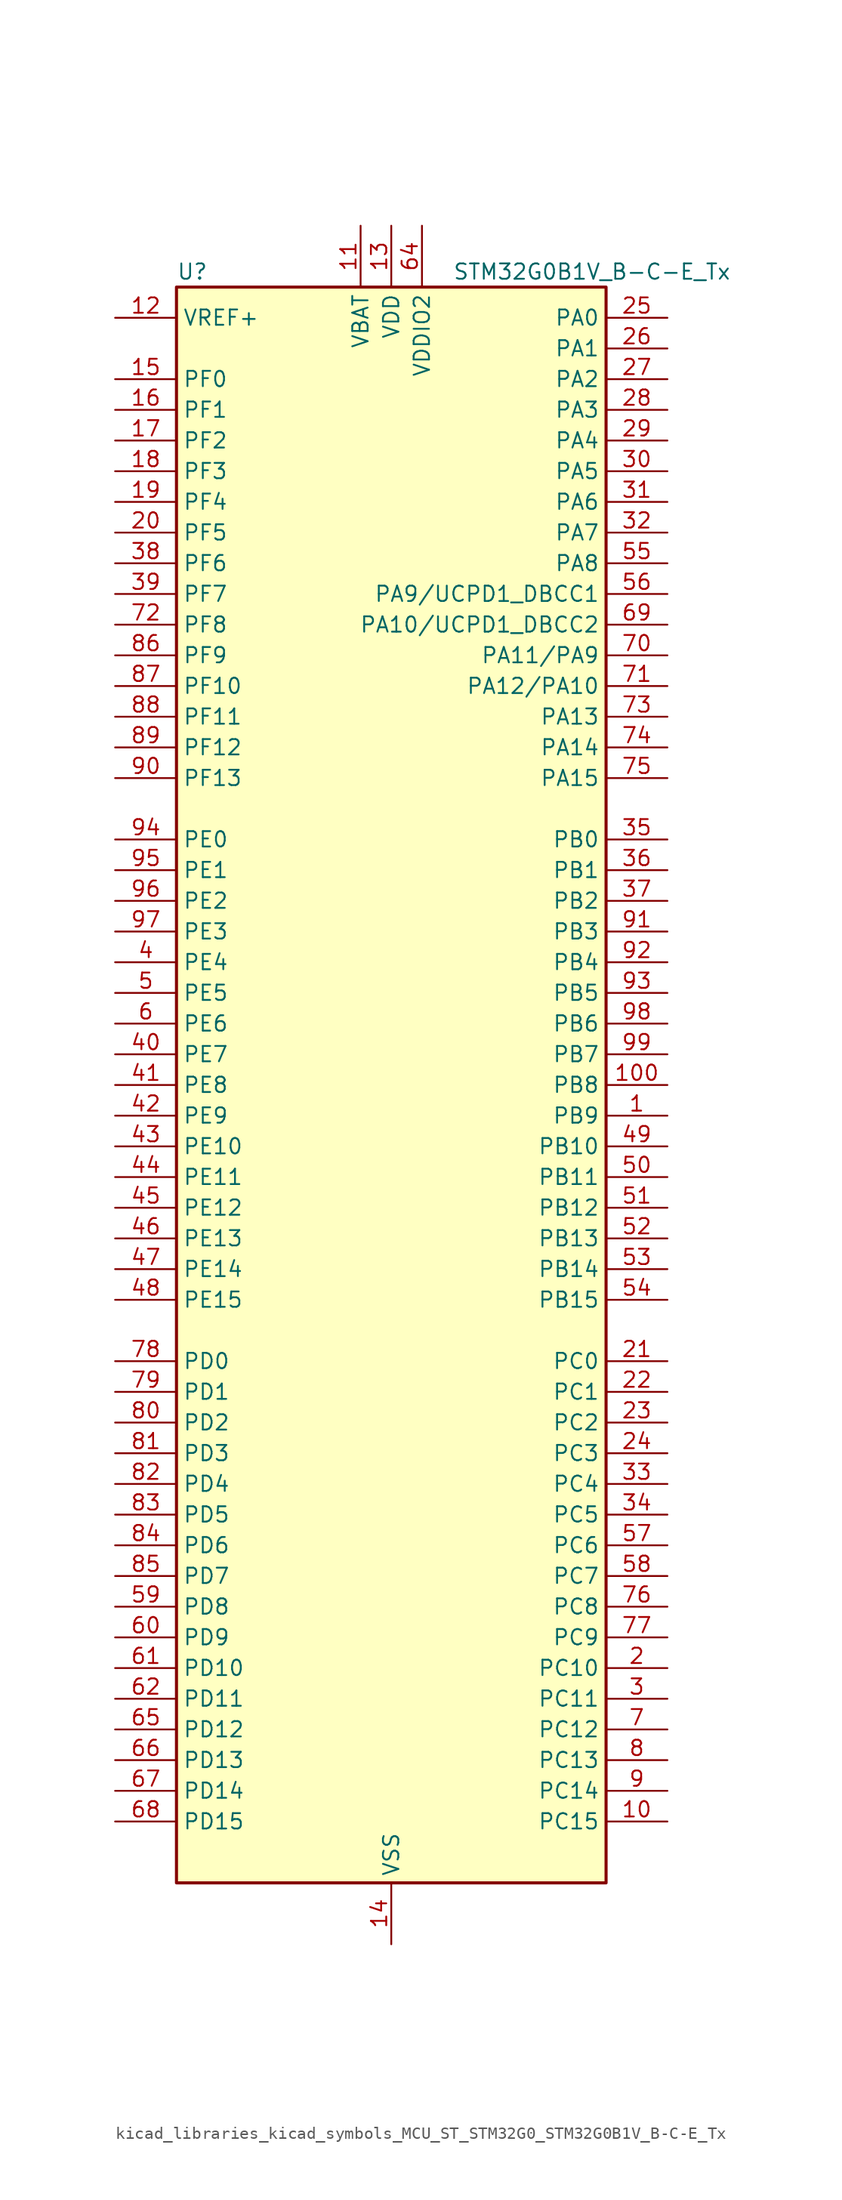
<source format=kicad_sym>
(kicad_symbol_lib
  (version 20220914)
  (generator kicad_symbol_editor)
  (symbol "kicad_libraries_kicad_symbols_MCU_ST_STM32G0_STM32G0B1V_B-C-E_Tx"
    (property "Reference" "U"
      (at -17.78 67.31 0)
      (effects (font (size 1.27 1.27)) (justify left)))
    (property "Value" "STM32G0B1V_B-C-E_Tx"
      (at 5.08 67.31 0)
      (effects (font (size 1.27 1.27)) (justify left)))
    (property "ki_locked" ""
      (at 0 0 0)
      (effects (font (size 1.27 1.27))))
    (symbol "kicad_libraries_kicad_symbols_MCU_ST_STM32G0_STM32G0B1V_B-C-E_Tx_0_1"
      (rectangle (start -17.78 -66.04) (end 17.78 66.04) (stroke (width 0.254) (type default)) (fill (type background))))
    (symbol "kicad_libraries_kicad_symbols_MCU_ST_STM32G0_STM32G0B1V_B-C-E_Tx_1_1"
      (pin bidirectional line (at 22.86 -2.54 180) (length 5.08) (name "PB9" (effects (font (size 1.27 1.27)))) (number "1" (effects (font (size 1.27 1.27)))) (alternate "DAC1_EXTI9" bidirectional line) (alternate "FDCAN1_TX" bidirectional line) (alternate "I2C1_SDA" bidirectional line) (alternate "I2S2_WS" bidirectional line) (alternate "IR_OUT" bidirectional line) (alternate "SPI2_NSS" bidirectional line) (alternate "TIM17_CH1" bidirectional line) (alternate "TIM4_CH4" bidirectional line) (alternate "UCPD2_FRSTX1" bidirectional line) (alternate "UCPD2_FRSTX2" bidirectional line) (alternate "USART3_RX" bidirectional line) (alternate "USART6_RX" bidirectional line))
      (pin bidirectional line (at 22.86 -60.96 180) (length 5.08) (name "PC15" (effects (font (size 1.27 1.27)))) (number "10" (effects (font (size 1.27 1.27)))) (alternate "RCC_OSC32_EN" bidirectional line) (alternate "RCC_OSC32_OUT" bidirectional line) (alternate "RCC_OSC_EN" bidirectional line) (alternate "TIM15_BK" bidirectional line))
      (pin bidirectional line (at 22.86 0 180) (length 5.08) (name "PB8" (effects (font (size 1.27 1.27)))) (number "100" (effects (font (size 1.27 1.27)))) (alternate "CEC" bidirectional line) (alternate "FDCAN1_RX" bidirectional line) (alternate "I2C1_SCL" bidirectional line) (alternate "I2S2_CK" bidirectional line) (alternate "SPI2_SCK" bidirectional line) (alternate "TIM15_BK" bidirectional line) (alternate "TIM16_CH1" bidirectional line) (alternate "TIM4_CH3" bidirectional line) (alternate "USART3_TX" bidirectional line) (alternate "USART6_TX" bidirectional line))
      (pin power_in line (at -2.54 71.12 270) (length 5.08) (name "VBAT" (effects (font (size 1.27 1.27)))) (number "11" (effects (font (size 1.27 1.27)))))
      (pin input line (at -22.86 63.5 0) (length 5.08) (name "VREF+" (effects (font (size 1.27 1.27)))) (number "12" (effects (font (size 1.27 1.27)))) (alternate "VREFBUF_OUT" bidirectional line))
      (pin power_in line (at 0 71.12 270) (length 5.08) (name "VDD" (effects (font (size 1.27 1.27)))) (number "13" (effects (font (size 1.27 1.27)))))
      (pin power_in line (at 0 -71.12 90) (length 5.08) (name "VSS" (effects (font (size 1.27 1.27)))) (number "14" (effects (font (size 1.27 1.27)))))
      (pin bidirectional line (at -22.86 58.42 0) (length 5.08) (name "PF0" (effects (font (size 1.27 1.27)))) (number "15" (effects (font (size 1.27 1.27)))) (alternate "CRS1_SYNC" bidirectional line) (alternate "RCC_OSC_IN" bidirectional line) (alternate "TIM14_CH1" bidirectional line))
      (pin bidirectional line (at -22.86 55.88 0) (length 5.08) (name "PF1" (effects (font (size 1.27 1.27)))) (number "16" (effects (font (size 1.27 1.27)))) (alternate "RCC_OSC_EN" bidirectional line) (alternate "RCC_OSC_OUT" bidirectional line) (alternate "TIM15_CH1N" bidirectional line))
      (pin bidirectional line (at -22.86 53.34 0) (length 5.08) (name "PF2" (effects (font (size 1.27 1.27)))) (number "17" (effects (font (size 1.27 1.27)))) (alternate "LPUART2_DE" bidirectional line) (alternate "LPUART2_RTS" bidirectional line) (alternate "LPUART2_TX" bidirectional line) (alternate "RCC_MCO" bidirectional line))
      (pin bidirectional line (at -22.86 50.8 0) (length 5.08) (name "PF3" (effects (font (size 1.27 1.27)))) (number "18" (effects (font (size 1.27 1.27)))) (alternate "LPUART2_RX" bidirectional line) (alternate "USART6_CK" bidirectional line) (alternate "USART6_DE" bidirectional line) (alternate "USART6_RTS" bidirectional line))
      (pin bidirectional line (at -22.86 48.26 0) (length 5.08) (name "PF4" (effects (font (size 1.27 1.27)))) (number "19" (effects (font (size 1.27 1.27)))) (alternate "LPUART1_TX" bidirectional line))
      (pin bidirectional line (at 22.86 -48.26 180) (length 5.08) (name "PC10" (effects (font (size 1.27 1.27)))) (number "2" (effects (font (size 1.27 1.27)))) (alternate "SPI3_SCK" bidirectional line) (alternate "TIM1_CH3" bidirectional line) (alternate "USART3_TX" bidirectional line) (alternate "USART4_TX" bidirectional line))
      (pin bidirectional line (at -22.86 45.72 0) (length 5.08) (name "PF5" (effects (font (size 1.27 1.27)))) (number "20" (effects (font (size 1.27 1.27)))) (alternate "LPUART1_RX" bidirectional line))
      (pin bidirectional line (at 22.86 -22.86 180) (length 5.08) (name "PC0" (effects (font (size 1.27 1.27)))) (number "21" (effects (font (size 1.27 1.27)))) (alternate "COMP3_INM" bidirectional line) (alternate "COMP3_OUT" bidirectional line) (alternate "I2C3_SCL" bidirectional line) (alternate "LPTIM1_IN1" bidirectional line) (alternate "LPTIM2_IN1" bidirectional line) (alternate "LPUART1_RX" bidirectional line) (alternate "LPUART2_TX" bidirectional line) (alternate "USART6_TX" bidirectional line))
      (pin bidirectional line (at 22.86 -25.4 180) (length 5.08) (name "PC1" (effects (font (size 1.27 1.27)))) (number "22" (effects (font (size 1.27 1.27)))) (alternate "COMP3_INP" bidirectional line) (alternate "I2C3_SDA" bidirectional line) (alternate "LPTIM1_OUT" bidirectional line) (alternate "LPUART1_TX" bidirectional line) (alternate "LPUART2_RX" bidirectional line) (alternate "TIM15_CH1" bidirectional line) (alternate "USART6_RX" bidirectional line))
      (pin bidirectional line (at 22.86 -27.94 180) (length 5.08) (name "PC2" (effects (font (size 1.27 1.27)))) (number "23" (effects (font (size 1.27 1.27)))) (alternate "COMP3_OUT" bidirectional line) (alternate "FDCAN2_RX" bidirectional line) (alternate "I2S2_MCK" bidirectional line) (alternate "LPTIM1_IN2" bidirectional line) (alternate "SPI2_MISO" bidirectional line) (alternate "TIM15_CH2" bidirectional line))
      (pin bidirectional line (at 22.86 -30.48 180) (length 5.08) (name "PC3" (effects (font (size 1.27 1.27)))) (number "24" (effects (font (size 1.27 1.27)))) (alternate "FDCAN2_TX" bidirectional line) (alternate "I2S2_SD" bidirectional line) (alternate "LPTIM1_ETR" bidirectional line) (alternate "LPTIM2_ETR" bidirectional line) (alternate "SPI2_MOSI" bidirectional line))
      (pin bidirectional line (at 22.86 63.5 180) (length 5.08) (name "PA0" (effects (font (size 1.27 1.27)))) (number "25" (effects (font (size 1.27 1.27)))) (alternate "ADC1_IN0" bidirectional line) (alternate "COMP1_INM" bidirectional line) (alternate "COMP1_OUT" bidirectional line) (alternate "I2S2_CK" bidirectional line) (alternate "LPTIM1_OUT" bidirectional line) (alternate "RTC_TAMP_IN2" bidirectional line) (alternate "SPI2_SCK" bidirectional line) (alternate "SYS_WKUP1" bidirectional line) (alternate "TIM2_CH1" bidirectional line) (alternate "TIM2_ETR" bidirectional line) (alternate "UCPD2_FRSTX1" bidirectional line) (alternate "UCPD2_FRSTX2" bidirectional line) (alternate "USART2_CTS" bidirectional line) (alternate "USART2_NSS" bidirectional line) (alternate "USART4_TX" bidirectional line))
      (pin bidirectional line (at 22.86 60.96 180) (length 5.08) (name "PA1" (effects (font (size 1.27 1.27)))) (number "26" (effects (font (size 1.27 1.27)))) (alternate "ADC1_IN1" bidirectional line) (alternate "COMP1_INP" bidirectional line) (alternate "I2C1_SMBA" bidirectional line) (alternate "I2S1_CK" bidirectional line) (alternate "SPI1_SCK" bidirectional line) (alternate "TIM15_CH1N" bidirectional line) (alternate "TIM2_CH2" bidirectional line) (alternate "USART2_CK" bidirectional line) (alternate "USART2_DE" bidirectional line) (alternate "USART2_RTS" bidirectional line) (alternate "USART4_RX" bidirectional line))
      (pin bidirectional line (at 22.86 58.42 180) (length 5.08) (name "PA2" (effects (font (size 1.27 1.27)))) (number "27" (effects (font (size 1.27 1.27)))) (alternate "ADC1_IN2" bidirectional line) (alternate "COMP2_INM" bidirectional line) (alternate "COMP2_OUT" bidirectional line) (alternate "I2S1_SD" bidirectional line) (alternate "LPUART1_TX" bidirectional line) (alternate "RCC_LSCO" bidirectional line) (alternate "SPI1_MOSI" bidirectional line) (alternate "SYS_WKUP4" bidirectional line) (alternate "TIM15_CH1" bidirectional line) (alternate "TIM2_CH3" bidirectional line) (alternate "UCPD1_FRSTX1" bidirectional line) (alternate "UCPD1_FRSTX2" bidirectional line) (alternate "USART2_TX" bidirectional line))
      (pin bidirectional line (at 22.86 55.88 180) (length 5.08) (name "PA3" (effects (font (size 1.27 1.27)))) (number "28" (effects (font (size 1.27 1.27)))) (alternate "ADC1_IN3" bidirectional line) (alternate "COMP2_INP" bidirectional line) (alternate "I2S2_MCK" bidirectional line) (alternate "LPUART1_RX" bidirectional line) (alternate "SPI2_MISO" bidirectional line) (alternate "TIM15_CH2" bidirectional line) (alternate "TIM2_CH4" bidirectional line) (alternate "UCPD2_FRSTX1" bidirectional line) (alternate "UCPD2_FRSTX2" bidirectional line) (alternate "USART2_RX" bidirectional line))
      (pin bidirectional line (at 22.86 53.34 180) (length 5.08) (name "PA4" (effects (font (size 1.27 1.27)))) (number "29" (effects (font (size 1.27 1.27)))) (alternate "ADC1_IN4" bidirectional line) (alternate "DAC1_OUT1" bidirectional line) (alternate "I2S1_WS" bidirectional line) (alternate "I2S2_SD" bidirectional line) (alternate "LPTIM2_OUT" bidirectional line) (alternate "RTC_OUT2" bidirectional line) (alternate "SPI1_NSS" bidirectional line) (alternate "SPI2_MOSI" bidirectional line) (alternate "SPI3_NSS" bidirectional line) (alternate "TIM14_CH1" bidirectional line) (alternate "UCPD2_FRSTX1" bidirectional line) (alternate "UCPD2_FRSTX2" bidirectional line) (alternate "USART6_TX" bidirectional line) (alternate "USB_NOE" bidirectional line))
      (pin bidirectional line (at 22.86 -50.8 180) (length 5.08) (name "PC11" (effects (font (size 1.27 1.27)))) (number "3" (effects (font (size 1.27 1.27)))) (alternate "ADC1_EXTI11" bidirectional line) (alternate "SPI3_MISO" bidirectional line) (alternate "TIM1_CH4" bidirectional line) (alternate "USART3_RX" bidirectional line) (alternate "USART4_RX" bidirectional line))
      (pin bidirectional line (at 22.86 50.8 180) (length 5.08) (name "PA5" (effects (font (size 1.27 1.27)))) (number "30" (effects (font (size 1.27 1.27)))) (alternate "ADC1_IN5" bidirectional line) (alternate "CEC" bidirectional line) (alternate "DAC1_OUT2" bidirectional line) (alternate "I2S1_CK" bidirectional line) (alternate "LPTIM2_ETR" bidirectional line) (alternate "SPI1_SCK" bidirectional line) (alternate "TIM2_CH1" bidirectional line) (alternate "TIM2_ETR" bidirectional line) (alternate "UCPD1_FRSTX1" bidirectional line) (alternate "UCPD1_FRSTX2" bidirectional line) (alternate "USART3_TX" bidirectional line) (alternate "USART6_RX" bidirectional line))
      (pin bidirectional line (at 22.86 48.26 180) (length 5.08) (name "PA6" (effects (font (size 1.27 1.27)))) (number "31" (effects (font (size 1.27 1.27)))) (alternate "ADC1_IN6" bidirectional line) (alternate "COMP1_OUT" bidirectional line) (alternate "I2C2_SDA" bidirectional line) (alternate "I2C3_SDA" bidirectional line) (alternate "I2S1_MCK" bidirectional line) (alternate "LPUART1_CTS" bidirectional line) (alternate "SPI1_MISO" bidirectional line) (alternate "TIM16_CH1" bidirectional line) (alternate "TIM1_BK" bidirectional line) (alternate "TIM3_CH1" bidirectional line) (alternate "USART3_CTS" bidirectional line) (alternate "USART3_NSS" bidirectional line) (alternate "USART6_CTS" bidirectional line) (alternate "USART6_NSS" bidirectional line))
      (pin bidirectional line (at 22.86 45.72 180) (length 5.08) (name "PA7" (effects (font (size 1.27 1.27)))) (number "32" (effects (font (size 1.27 1.27)))) (alternate "ADC1_IN7" bidirectional line) (alternate "COMP2_OUT" bidirectional line) (alternate "I2C2_SCL" bidirectional line) (alternate "I2C3_SCL" bidirectional line) (alternate "I2S1_SD" bidirectional line) (alternate "SPI1_MOSI" bidirectional line) (alternate "TIM14_CH1" bidirectional line) (alternate "TIM17_CH1" bidirectional line) (alternate "TIM1_CH1N" bidirectional line) (alternate "TIM3_CH2" bidirectional line) (alternate "UCPD1_FRSTX1" bidirectional line) (alternate "UCPD1_FRSTX2" bidirectional line) (alternate "USART6_CK" bidirectional line) (alternate "USART6_DE" bidirectional line) (alternate "USART6_RTS" bidirectional line))
      (pin bidirectional line (at 22.86 -33.02 180) (length 5.08) (name "PC4" (effects (font (size 1.27 1.27)))) (number "33" (effects (font (size 1.27 1.27)))) (alternate "ADC1_IN17" bidirectional line) (alternate "COMP1_INM" bidirectional line) (alternate "FDCAN1_RX" bidirectional line) (alternate "TIM2_CH1" bidirectional line) (alternate "TIM2_ETR" bidirectional line) (alternate "USART1_TX" bidirectional line) (alternate "USART3_TX" bidirectional line))
      (pin bidirectional line (at 22.86 -35.56 180) (length 5.08) (name "PC5" (effects (font (size 1.27 1.27)))) (number "34" (effects (font (size 1.27 1.27)))) (alternate "ADC1_IN18" bidirectional line) (alternate "COMP1_INP" bidirectional line) (alternate "FDCAN1_TX" bidirectional line) (alternate "SYS_WKUP5" bidirectional line) (alternate "TIM2_CH2" bidirectional line) (alternate "USART1_RX" bidirectional line) (alternate "USART3_RX" bidirectional line))
      (pin bidirectional line (at 22.86 20.32 180) (length 5.08) (name "PB0" (effects (font (size 1.27 1.27)))) (number "35" (effects (font (size 1.27 1.27)))) (alternate "ADC1_IN8" bidirectional line) (alternate "COMP1_OUT" bidirectional line) (alternate "COMP3_INP" bidirectional line) (alternate "FDCAN2_RX" bidirectional line) (alternate "I2S1_WS" bidirectional line) (alternate "LPTIM1_OUT" bidirectional line) (alternate "LPUART2_CTS" bidirectional line) (alternate "SPI1_NSS" bidirectional line) (alternate "TIM1_CH2N" bidirectional line) (alternate "TIM3_CH3" bidirectional line) (alternate "UCPD1_FRSTX1" bidirectional line) (alternate "UCPD1_FRSTX2" bidirectional line) (alternate "USART3_RX" bidirectional line) (alternate "USART5_TX" bidirectional line))
      (pin bidirectional line (at 22.86 17.78 180) (length 5.08) (name "PB1" (effects (font (size 1.27 1.27)))) (number "36" (effects (font (size 1.27 1.27)))) (alternate "ADC1_IN9" bidirectional line) (alternate "COMP1_INM" bidirectional line) (alternate "COMP3_OUT" bidirectional line) (alternate "FDCAN2_TX" bidirectional line) (alternate "LPTIM2_IN1" bidirectional line) (alternate "LPUART1_DE" bidirectional line) (alternate "LPUART1_RTS" bidirectional line) (alternate "LPUART2_DE" bidirectional line) (alternate "LPUART2_RTS" bidirectional line) (alternate "TIM14_CH1" bidirectional line) (alternate "TIM1_CH3N" bidirectional line) (alternate "TIM3_CH4" bidirectional line) (alternate "USART3_CK" bidirectional line) (alternate "USART3_DE" bidirectional line) (alternate "USART3_RTS" bidirectional line) (alternate "USART5_RX" bidirectional line))
      (pin bidirectional line (at 22.86 15.24 180) (length 5.08) (name "PB2" (effects (font (size 1.27 1.27)))) (number "37" (effects (font (size 1.27 1.27)))) (alternate "ADC1_IN10" bidirectional line) (alternate "COMP1_INP" bidirectional line) (alternate "COMP3_INM" bidirectional line) (alternate "I2S2_MCK" bidirectional line) (alternate "LPTIM1_OUT" bidirectional line) (alternate "RCC_MCO_2" bidirectional line) (alternate "SPI2_MISO" bidirectional line) (alternate "USART3_TX" bidirectional line))
      (pin bidirectional line (at -22.86 43.18 0) (length 5.08) (name "PF6" (effects (font (size 1.27 1.27)))) (number "38" (effects (font (size 1.27 1.27)))) (alternate "LPUART1_DE" bidirectional line) (alternate "LPUART1_RTS" bidirectional line))
      (pin bidirectional line (at -22.86 40.64 0) (length 5.08) (name "PF7" (effects (font (size 1.27 1.27)))) (number "39" (effects (font (size 1.27 1.27)))) (alternate "LPUART1_CTS" bidirectional line) (alternate "USART5_CTS" bidirectional line) (alternate "USART5_NSS" bidirectional line))
      (pin bidirectional line (at -22.86 10.16 0) (length 5.08) (name "PE4" (effects (font (size 1.27 1.27)))) (number "4" (effects (font (size 1.27 1.27)))) (alternate "TIM3_CH2" bidirectional line))
      (pin bidirectional line (at -22.86 2.54 0) (length 5.08) (name "PE7" (effects (font (size 1.27 1.27)))) (number "40" (effects (font (size 1.27 1.27)))) (alternate "COMP3_INP" bidirectional line) (alternate "TIM1_ETR" bidirectional line) (alternate "USART5_CK" bidirectional line) (alternate "USART5_DE" bidirectional line) (alternate "USART5_RTS" bidirectional line))
      (pin bidirectional line (at -22.86 0 0) (length 5.08) (name "PE8" (effects (font (size 1.27 1.27)))) (number "41" (effects (font (size 1.27 1.27)))) (alternate "COMP3_INM" bidirectional line) (alternate "TIM1_CH1N" bidirectional line) (alternate "USART4_TX" bidirectional line))
      (pin bidirectional line (at -22.86 -2.54 0) (length 5.08) (name "PE9" (effects (font (size 1.27 1.27)))) (number "42" (effects (font (size 1.27 1.27)))) (alternate "DAC1_EXTI9" bidirectional line) (alternate "TIM1_CH1" bidirectional line) (alternate "USART4_RX" bidirectional line))
      (pin bidirectional line (at -22.86 -5.08 0) (length 5.08) (name "PE10" (effects (font (size 1.27 1.27)))) (number "43" (effects (font (size 1.27 1.27)))) (alternate "TIM1_CH2N" bidirectional line) (alternate "USART5_TX" bidirectional line))
      (pin bidirectional line (at -22.86 -7.62 0) (length 5.08) (name "PE11" (effects (font (size 1.27 1.27)))) (number "44" (effects (font (size 1.27 1.27)))) (alternate "ADC1_EXTI11" bidirectional line) (alternate "TIM1_CH2" bidirectional line) (alternate "USART5_RX" bidirectional line))
      (pin bidirectional line (at -22.86 -10.16 0) (length 5.08) (name "PE12" (effects (font (size 1.27 1.27)))) (number "45" (effects (font (size 1.27 1.27)))) (alternate "I2S1_WS" bidirectional line) (alternate "SPI1_NSS" bidirectional line) (alternate "TIM1_CH3N" bidirectional line))
      (pin bidirectional line (at -22.86 -12.7 0) (length 5.08) (name "PE13" (effects (font (size 1.27 1.27)))) (number "46" (effects (font (size 1.27 1.27)))) (alternate "I2S1_CK" bidirectional line) (alternate "SPI1_SCK" bidirectional line) (alternate "TIM1_CH3" bidirectional line))
      (pin bidirectional line (at -22.86 -15.24 0) (length 5.08) (name "PE14" (effects (font (size 1.27 1.27)))) (number "47" (effects (font (size 1.27 1.27)))) (alternate "I2S1_MCK" bidirectional line) (alternate "SPI1_MISO" bidirectional line) (alternate "TIM1_BK2" bidirectional line) (alternate "TIM1_CH4" bidirectional line))
      (pin bidirectional line (at -22.86 -17.78 0) (length 5.08) (name "PE15" (effects (font (size 1.27 1.27)))) (number "48" (effects (font (size 1.27 1.27)))) (alternate "I2S1_SD" bidirectional line) (alternate "SPI1_MOSI" bidirectional line) (alternate "TIM1_BK" bidirectional line))
      (pin bidirectional line (at 22.86 -5.08 180) (length 5.08) (name "PB10" (effects (font (size 1.27 1.27)))) (number "49" (effects (font (size 1.27 1.27)))) (alternate "ADC1_IN11" bidirectional line) (alternate "CEC" bidirectional line) (alternate "COMP1_OUT" bidirectional line) (alternate "I2C2_SCL" bidirectional line) (alternate "I2S2_CK" bidirectional line) (alternate "LPUART1_RX" bidirectional line) (alternate "SPI2_SCK" bidirectional line) (alternate "TIM2_CH3" bidirectional line) (alternate "USART3_TX" bidirectional line))
      (pin bidirectional line (at -22.86 7.62 0) (length 5.08) (name "PE5" (effects (font (size 1.27 1.27)))) (number "5" (effects (font (size 1.27 1.27)))) (alternate "TIM3_CH3" bidirectional line))
      (pin bidirectional line (at 22.86 -7.62 180) (length 5.08) (name "PB11" (effects (font (size 1.27 1.27)))) (number "50" (effects (font (size 1.27 1.27)))) (alternate "ADC1_EXTI11" bidirectional line) (alternate "ADC1_IN15" bidirectional line) (alternate "COMP2_OUT" bidirectional line) (alternate "I2C2_SDA" bidirectional line) (alternate "I2S2_SD" bidirectional line) (alternate "LPUART1_TX" bidirectional line) (alternate "SPI2_MOSI" bidirectional line) (alternate "TIM2_CH4" bidirectional line) (alternate "USART3_RX" bidirectional line))
      (pin bidirectional line (at 22.86 -10.16 180) (length 5.08) (name "PB12" (effects (font (size 1.27 1.27)))) (number "51" (effects (font (size 1.27 1.27)))) (alternate "ADC1_IN16" bidirectional line) (alternate "FDCAN2_RX" bidirectional line) (alternate "I2C2_SMBA" bidirectional line) (alternate "I2S2_WS" bidirectional line) (alternate "LPUART1_DE" bidirectional line) (alternate "LPUART1_RTS" bidirectional line) (alternate "SPI2_NSS" bidirectional line) (alternate "TIM15_BK" bidirectional line) (alternate "TIM1_BK" bidirectional line) (alternate "UCPD2_FRSTX1" bidirectional line) (alternate "UCPD2_FRSTX2" bidirectional line))
      (pin bidirectional line (at 22.86 -12.7 180) (length 5.08) (name "PB13" (effects (font (size 1.27 1.27)))) (number "52" (effects (font (size 1.27 1.27)))) (alternate "FDCAN2_TX" bidirectional line) (alternate "I2C2_SCL" bidirectional line) (alternate "I2S2_CK" bidirectional line) (alternate "LPUART1_CTS" bidirectional line) (alternate "SPI2_SCK" bidirectional line) (alternate "TIM15_CH1N" bidirectional line) (alternate "TIM1_CH1N" bidirectional line) (alternate "USART3_CTS" bidirectional line) (alternate "USART3_NSS" bidirectional line))
      (pin bidirectional line (at 22.86 -15.24 180) (length 5.08) (name "PB14" (effects (font (size 1.27 1.27)))) (number "53" (effects (font (size 1.27 1.27)))) (alternate "I2C2_SDA" bidirectional line) (alternate "I2S2_MCK" bidirectional line) (alternate "SPI2_MISO" bidirectional line) (alternate "TIM15_CH1" bidirectional line) (alternate "TIM1_CH2N" bidirectional line) (alternate "UCPD1_FRSTX1" bidirectional line) (alternate "UCPD1_FRSTX2" bidirectional line) (alternate "USART3_CK" bidirectional line) (alternate "USART3_DE" bidirectional line) (alternate "USART3_RTS" bidirectional line) (alternate "USART6_CK" bidirectional line) (alternate "USART6_DE" bidirectional line) (alternate "USART6_RTS" bidirectional line))
      (pin bidirectional line (at 22.86 -17.78 180) (length 5.08) (name "PB15" (effects (font (size 1.27 1.27)))) (number "54" (effects (font (size 1.27 1.27)))) (alternate "I2S2_SD" bidirectional line) (alternate "RTC_REFIN" bidirectional line) (alternate "SPI2_MOSI" bidirectional line) (alternate "TIM15_CH1N" bidirectional line) (alternate "TIM15_CH2" bidirectional line) (alternate "TIM1_CH3N" bidirectional line) (alternate "UCPD1_CC2" bidirectional line) (alternate "USART6_CTS" bidirectional line) (alternate "USART6_NSS" bidirectional line))
      (pin bidirectional line (at 22.86 43.18 180) (length 5.08) (name "PA8" (effects (font (size 1.27 1.27)))) (number "55" (effects (font (size 1.27 1.27)))) (alternate "CRS1_SYNC" bidirectional line) (alternate "I2C2_SMBA" bidirectional line) (alternate "I2S2_WS" bidirectional line) (alternate "LPTIM2_OUT" bidirectional line) (alternate "RCC_MCO" bidirectional line) (alternate "SPI2_NSS" bidirectional line) (alternate "TIM1_CH1" bidirectional line) (alternate "UCPD1_CC1" bidirectional line))
      (pin bidirectional line (at 22.86 40.64 180) (length 5.08) (name "PA9/UCPD1_DBCC1" (effects (font (size 1.27 1.27)))) (number "56" (effects (font (size 1.27 1.27)))) (alternate "DAC1_EXTI9" bidirectional line) (alternate "I2C1_SCL" bidirectional line) (alternate "I2C2_SCL" bidirectional line) (alternate "I2S2_MCK" bidirectional line) (alternate "RCC_MCO" bidirectional line) (alternate "SPI2_MISO" bidirectional line) (alternate "TIM15_BK" bidirectional line) (alternate "TIM1_CH2" bidirectional line) (alternate "UCPD1_DBCC1" bidirectional line) (alternate "USART1_TX" bidirectional line))
      (pin bidirectional line (at 22.86 -38.1 180) (length 5.08) (name "PC6" (effects (font (size 1.27 1.27)))) (number "57" (effects (font (size 1.27 1.27)))) (alternate "LPUART2_TX" bidirectional line) (alternate "TIM2_CH3" bidirectional line) (alternate "TIM3_CH1" bidirectional line) (alternate "UCPD1_FRSTX1" bidirectional line) (alternate "UCPD1_FRSTX2" bidirectional line))
      (pin bidirectional line (at 22.86 -40.64 180) (length 5.08) (name "PC7" (effects (font (size 1.27 1.27)))) (number "58" (effects (font (size 1.27 1.27)))) (alternate "LPUART2_RX" bidirectional line) (alternate "TIM2_CH4" bidirectional line) (alternate "TIM3_CH2" bidirectional line) (alternate "UCPD2_FRSTX1" bidirectional line) (alternate "UCPD2_FRSTX2" bidirectional line))
      (pin bidirectional line (at -22.86 -43.18 0) (length 5.08) (name "PD8" (effects (font (size 1.27 1.27)))) (number "59" (effects (font (size 1.27 1.27)))) (alternate "I2S1_CK" bidirectional line) (alternate "LPTIM1_OUT" bidirectional line) (alternate "SPI1_SCK" bidirectional line) (alternate "USART3_TX" bidirectional line))
      (pin bidirectional line (at -22.86 5.08 0) (length 5.08) (name "PE6" (effects (font (size 1.27 1.27)))) (number "6" (effects (font (size 1.27 1.27)))) (alternate "RTC_TAMP_IN3" bidirectional line) (alternate "SYS_WKUP3" bidirectional line) (alternate "TIM3_CH4" bidirectional line))
      (pin bidirectional line (at -22.86 -45.72 0) (length 5.08) (name "PD9" (effects (font (size 1.27 1.27)))) (number "60" (effects (font (size 1.27 1.27)))) (alternate "DAC1_EXTI9" bidirectional line) (alternate "I2S1_WS" bidirectional line) (alternate "SPI1_NSS" bidirectional line) (alternate "TIM1_BK2" bidirectional line) (alternate "USART3_RX" bidirectional line))
      (pin bidirectional line (at -22.86 -48.26 0) (length 5.08) (name "PD10" (effects (font (size 1.27 1.27)))) (number "61" (effects (font (size 1.27 1.27)))) (alternate "RCC_MCO" bidirectional line))
      (pin bidirectional line (at -22.86 -50.8 0) (length 5.08) (name "PD11" (effects (font (size 1.27 1.27)))) (number "62" (effects (font (size 1.27 1.27)))) (alternate "ADC1_EXTI11" bidirectional line) (alternate "LPTIM2_ETR" bidirectional line) (alternate "USART3_CTS" bidirectional line) (alternate "USART3_NSS" bidirectional line))
      (pin passive line (at 0 -71.12 90) (length 5.08) hide (name "VSS" (effects (font (size 1.27 1.27)))) (number "63" (effects (font (size 1.27 1.27)))))
      (pin power_in line (at 2.54 71.12 270) (length 5.08) (name "VDDIO2" (effects (font (size 1.27 1.27)))) (number "64" (effects (font (size 1.27 1.27)))))
      (pin bidirectional line (at -22.86 -53.34 0) (length 5.08) (name "PD12" (effects (font (size 1.27 1.27)))) (number "65" (effects (font (size 1.27 1.27)))) (alternate "FDCAN1_RX" bidirectional line) (alternate "LPTIM2_IN1" bidirectional line) (alternate "TIM4_CH1" bidirectional line) (alternate "USART3_CK" bidirectional line) (alternate "USART3_DE" bidirectional line) (alternate "USART3_RTS" bidirectional line))
      (pin bidirectional line (at -22.86 -55.88 0) (length 5.08) (name "PD13" (effects (font (size 1.27 1.27)))) (number "66" (effects (font (size 1.27 1.27)))) (alternate "FDCAN1_TX" bidirectional line) (alternate "LPTIM2_OUT" bidirectional line) (alternate "TIM4_CH2" bidirectional line))
      (pin bidirectional line (at -22.86 -58.42 0) (length 5.08) (name "PD14" (effects (font (size 1.27 1.27)))) (number "67" (effects (font (size 1.27 1.27)))) (alternate "FDCAN2_RX" bidirectional line) (alternate "LPUART2_CTS" bidirectional line) (alternate "TIM4_CH3" bidirectional line))
      (pin bidirectional line (at -22.86 -60.96 0) (length 5.08) (name "PD15" (effects (font (size 1.27 1.27)))) (number "68" (effects (font (size 1.27 1.27)))) (alternate "CRS1_SYNC" bidirectional line) (alternate "FDCAN2_TX" bidirectional line) (alternate "LPUART2_DE" bidirectional line) (alternate "LPUART2_RTS" bidirectional line) (alternate "TIM4_CH4" bidirectional line))
      (pin bidirectional line (at 22.86 38.1 180) (length 5.08) (name "PA10/UCPD1_DBCC2" (effects (font (size 1.27 1.27)))) (number "69" (effects (font (size 1.27 1.27)))) (alternate "I2C1_SDA" bidirectional line) (alternate "I2C2_SDA" bidirectional line) (alternate "I2S2_SD" bidirectional line) (alternate "RCC_MCO_2" bidirectional line) (alternate "SPI2_MOSI" bidirectional line) (alternate "TIM17_BK" bidirectional line) (alternate "TIM1_CH3" bidirectional line) (alternate "UCPD1_DBCC2" bidirectional line) (alternate "USART1_RX" bidirectional line))
      (pin bidirectional line (at 22.86 -53.34 180) (length 5.08) (name "PC12" (effects (font (size 1.27 1.27)))) (number "7" (effects (font (size 1.27 1.27)))) (alternate "LPTIM1_IN1" bidirectional line) (alternate "SPI3_MOSI" bidirectional line) (alternate "TIM14_CH1" bidirectional line) (alternate "UCPD1_FRSTX1" bidirectional line) (alternate "UCPD1_FRSTX2" bidirectional line) (alternate "USART5_TX" bidirectional line))
      (pin bidirectional line (at 22.86 35.56 180) (length 5.08) (name "PA11/PA9" (effects (font (size 1.27 1.27)))) (number "70" (effects (font (size 1.27 1.27)))) (alternate "ADC1_EXTI11" bidirectional line) (alternate "COMP1_OUT" bidirectional line) (alternate "FDCAN1_RX" bidirectional line) (alternate "I2C2_SCL" bidirectional line) (alternate "I2S1_MCK" bidirectional line) (alternate "SPI1_MISO" bidirectional line) (alternate "TIM1_BK2" bidirectional line) (alternate "TIM1_CH4" bidirectional line) (alternate "USART1_CTS" bidirectional line) (alternate "USART1_NSS" bidirectional line) (alternate "USB_DM" bidirectional line))
      (pin bidirectional line (at 22.86 33.02 180) (length 5.08) (name "PA12/PA10" (effects (font (size 1.27 1.27)))) (number "71" (effects (font (size 1.27 1.27)))) (alternate "COMP2_OUT" bidirectional line) (alternate "FDCAN1_TX" bidirectional line) (alternate "I2C2_SDA" bidirectional line) (alternate "I2S1_SD" bidirectional line) (alternate "I2S_CKIN" bidirectional line) (alternate "SPI1_MOSI" bidirectional line) (alternate "TIM1_ETR" bidirectional line) (alternate "USART1_CK" bidirectional line) (alternate "USART1_DE" bidirectional line) (alternate "USART1_RTS" bidirectional line) (alternate "USB_DP" bidirectional line))
      (pin bidirectional line (at -22.86 38.1 0) (length 5.08) (name "PF8" (effects (font (size 1.27 1.27)))) (number "72" (effects (font (size 1.27 1.27)))))
      (pin bidirectional line (at 22.86 30.48 180) (length 5.08) (name "PA13" (effects (font (size 1.27 1.27)))) (number "73" (effects (font (size 1.27 1.27)))) (alternate "IR_OUT" bidirectional line) (alternate "LPUART2_RX" bidirectional line) (alternate "SYS_SWDIO" bidirectional line) (alternate "USB_NOE" bidirectional line))
      (pin bidirectional line (at 22.86 27.94 180) (length 5.08) (name "PA14" (effects (font (size 1.27 1.27)))) (number "74" (effects (font (size 1.27 1.27)))) (alternate "LPUART2_TX" bidirectional line) (alternate "SYS_SWCLK" bidirectional line) (alternate "USART2_TX" bidirectional line))
      (pin bidirectional line (at 22.86 25.4 180) (length 5.08) (name "PA15" (effects (font (size 1.27 1.27)))) (number "75" (effects (font (size 1.27 1.27)))) (alternate "I2C2_SMBA" bidirectional line) (alternate "I2S1_WS" bidirectional line) (alternate "RCC_MCO_2" bidirectional line) (alternate "SPI1_NSS" bidirectional line) (alternate "SPI3_NSS" bidirectional line) (alternate "TIM2_CH1" bidirectional line) (alternate "TIM2_ETR" bidirectional line) (alternate "USART2_RX" bidirectional line) (alternate "USART3_CK" bidirectional line) (alternate "USART3_DE" bidirectional line) (alternate "USART3_RTS" bidirectional line) (alternate "USART4_CK" bidirectional line) (alternate "USART4_DE" bidirectional line) (alternate "USART4_RTS" bidirectional line) (alternate "USB_NOE" bidirectional line))
      (pin bidirectional line (at 22.86 -43.18 180) (length 5.08) (name "PC8" (effects (font (size 1.27 1.27)))) (number "76" (effects (font (size 1.27 1.27)))) (alternate "LPUART2_CTS" bidirectional line) (alternate "TIM1_CH1" bidirectional line) (alternate "TIM3_CH3" bidirectional line) (alternate "UCPD2_FRSTX1" bidirectional line) (alternate "UCPD2_FRSTX2" bidirectional line))
      (pin bidirectional line (at 22.86 -45.72 180) (length 5.08) (name "PC9" (effects (font (size 1.27 1.27)))) (number "77" (effects (font (size 1.27 1.27)))) (alternate "DAC1_EXTI9" bidirectional line) (alternate "I2S_CKIN" bidirectional line) (alternate "LPUART2_DE" bidirectional line) (alternate "LPUART2_RTS" bidirectional line) (alternate "TIM1_CH2" bidirectional line) (alternate "TIM3_CH4" bidirectional line) (alternate "USB_NOE" bidirectional line))
      (pin bidirectional line (at -22.86 -22.86 0) (length 5.08) (name "PD0" (effects (font (size 1.27 1.27)))) (number "78" (effects (font (size 1.27 1.27)))) (alternate "FDCAN1_RX" bidirectional line) (alternate "I2S2_WS" bidirectional line) (alternate "SPI2_NSS" bidirectional line) (alternate "TIM16_CH1" bidirectional line) (alternate "UCPD2_CC1" bidirectional line))
      (pin bidirectional line (at -22.86 -25.4 0) (length 5.08) (name "PD1" (effects (font (size 1.27 1.27)))) (number "79" (effects (font (size 1.27 1.27)))) (alternate "FDCAN1_TX" bidirectional line) (alternate "I2S2_CK" bidirectional line) (alternate "SPI2_SCK" bidirectional line) (alternate "TIM17_CH1" bidirectional line) (alternate "UCPD2_DBCC1" bidirectional line))
      (pin bidirectional line (at 22.86 -55.88 180) (length 5.08) (name "PC13" (effects (font (size 1.27 1.27)))) (number "8" (effects (font (size 1.27 1.27)))) (alternate "RTC_OUT1" bidirectional line) (alternate "RTC_TAMP_IN1" bidirectional line) (alternate "RTC_TS" bidirectional line) (alternate "SYS_WKUP2" bidirectional line) (alternate "TIM1_BK" bidirectional line))
      (pin bidirectional line (at -22.86 -27.94 0) (length 5.08) (name "PD2" (effects (font (size 1.27 1.27)))) (number "80" (effects (font (size 1.27 1.27)))) (alternate "TIM1_CH1N" bidirectional line) (alternate "TIM3_ETR" bidirectional line) (alternate "UCPD2_CC2" bidirectional line) (alternate "USART3_CK" bidirectional line) (alternate "USART3_DE" bidirectional line) (alternate "USART3_RTS" bidirectional line) (alternate "USART5_RX" bidirectional line))
      (pin bidirectional line (at -22.86 -30.48 0) (length 5.08) (name "PD3" (effects (font (size 1.27 1.27)))) (number "81" (effects (font (size 1.27 1.27)))) (alternate "I2S2_MCK" bidirectional line) (alternate "SPI2_MISO" bidirectional line) (alternate "TIM1_CH2N" bidirectional line) (alternate "UCPD2_DBCC2" bidirectional line) (alternate "USART2_CTS" bidirectional line) (alternate "USART2_NSS" bidirectional line) (alternate "USART5_TX" bidirectional line))
      (pin bidirectional line (at -22.86 -33.02 0) (length 5.08) (name "PD4" (effects (font (size 1.27 1.27)))) (number "82" (effects (font (size 1.27 1.27)))) (alternate "I2S2_SD" bidirectional line) (alternate "SPI2_MOSI" bidirectional line) (alternate "TIM1_CH3N" bidirectional line) (alternate "USART2_CK" bidirectional line) (alternate "USART2_DE" bidirectional line) (alternate "USART2_RTS" bidirectional line) (alternate "USART5_CK" bidirectional line) (alternate "USART5_DE" bidirectional line) (alternate "USART5_RTS" bidirectional line))
      (pin bidirectional line (at -22.86 -35.56 0) (length 5.08) (name "PD5" (effects (font (size 1.27 1.27)))) (number "83" (effects (font (size 1.27 1.27)))) (alternate "I2S1_MCK" bidirectional line) (alternate "SPI1_MISO" bidirectional line) (alternate "TIM1_BK" bidirectional line) (alternate "USART2_TX" bidirectional line) (alternate "USART5_CTS" bidirectional line) (alternate "USART5_NSS" bidirectional line))
      (pin bidirectional line (at -22.86 -38.1 0) (length 5.08) (name "PD6" (effects (font (size 1.27 1.27)))) (number "84" (effects (font (size 1.27 1.27)))) (alternate "I2S1_SD" bidirectional line) (alternate "LPTIM2_OUT" bidirectional line) (alternate "SPI1_MOSI" bidirectional line) (alternate "USART2_RX" bidirectional line))
      (pin bidirectional line (at -22.86 -40.64 0) (length 5.08) (name "PD7" (effects (font (size 1.27 1.27)))) (number "85" (effects (font (size 1.27 1.27)))) (alternate "RCC_MCO_2" bidirectional line))
      (pin bidirectional line (at -22.86 35.56 0) (length 5.08) (name "PF9" (effects (font (size 1.27 1.27)))) (number "86" (effects (font (size 1.27 1.27)))) (alternate "DAC1_EXTI9" bidirectional line) (alternate "USART6_TX" bidirectional line))
      (pin bidirectional line (at -22.86 33.02 0) (length 5.08) (name "PF10" (effects (font (size 1.27 1.27)))) (number "87" (effects (font (size 1.27 1.27)))) (alternate "USART6_RX" bidirectional line))
      (pin bidirectional line (at -22.86 30.48 0) (length 5.08) (name "PF11" (effects (font (size 1.27 1.27)))) (number "88" (effects (font (size 1.27 1.27)))) (alternate "ADC1_EXTI11" bidirectional line) (alternate "USART6_CK" bidirectional line) (alternate "USART6_DE" bidirectional line) (alternate "USART6_RTS" bidirectional line))
      (pin bidirectional line (at -22.86 27.94 0) (length 5.08) (name "PF12" (effects (font (size 1.27 1.27)))) (number "89" (effects (font (size 1.27 1.27)))) (alternate "TIM15_CH1" bidirectional line) (alternate "USART6_CTS" bidirectional line) (alternate "USART6_NSS" bidirectional line))
      (pin bidirectional line (at 22.86 -58.42 180) (length 5.08) (name "PC14" (effects (font (size 1.27 1.27)))) (number "9" (effects (font (size 1.27 1.27)))) (alternate "RCC_OSC32_IN" bidirectional line) (alternate "TIM1_BK2" bidirectional line))
      (pin bidirectional line (at -22.86 25.4 0) (length 5.08) (name "PF13" (effects (font (size 1.27 1.27)))) (number "90" (effects (font (size 1.27 1.27)))) (alternate "TIM15_CH2" bidirectional line))
      (pin bidirectional line (at 22.86 12.7 180) (length 5.08) (name "PB3" (effects (font (size 1.27 1.27)))) (number "91" (effects (font (size 1.27 1.27)))) (alternate "COMP2_INM" bidirectional line) (alternate "I2C2_SCL" bidirectional line) (alternate "I2C3_SCL" bidirectional line) (alternate "I2S1_CK" bidirectional line) (alternate "SPI1_SCK" bidirectional line) (alternate "SPI3_SCK" bidirectional line) (alternate "TIM1_CH2" bidirectional line) (alternate "TIM2_CH2" bidirectional line) (alternate "USART1_CK" bidirectional line) (alternate "USART1_DE" bidirectional line) (alternate "USART1_RTS" bidirectional line) (alternate "USART5_TX" bidirectional line))
      (pin bidirectional line (at 22.86 10.16 180) (length 5.08) (name "PB4" (effects (font (size 1.27 1.27)))) (number "92" (effects (font (size 1.27 1.27)))) (alternate "COMP2_INP" bidirectional line) (alternate "I2C2_SDA" bidirectional line) (alternate "I2C3_SDA" bidirectional line) (alternate "I2S1_MCK" bidirectional line) (alternate "SPI1_MISO" bidirectional line) (alternate "SPI3_MISO" bidirectional line) (alternate "TIM17_BK" bidirectional line) (alternate "TIM3_CH1" bidirectional line) (alternate "USART1_CTS" bidirectional line) (alternate "USART1_NSS" bidirectional line) (alternate "USART5_RX" bidirectional line))
      (pin bidirectional line (at 22.86 7.62 180) (length 5.08) (name "PB5" (effects (font (size 1.27 1.27)))) (number "93" (effects (font (size 1.27 1.27)))) (alternate "COMP2_OUT" bidirectional line) (alternate "FDCAN2_RX" bidirectional line) (alternate "I2C1_SMBA" bidirectional line) (alternate "I2S1_SD" bidirectional line) (alternate "LPTIM1_IN1" bidirectional line) (alternate "SPI1_MOSI" bidirectional line) (alternate "SPI3_MOSI" bidirectional line) (alternate "SYS_WKUP6" bidirectional line) (alternate "TIM16_BK" bidirectional line) (alternate "TIM3_CH2" bidirectional line) (alternate "USART5_CK" bidirectional line) (alternate "USART5_DE" bidirectional line) (alternate "USART5_RTS" bidirectional line))
      (pin bidirectional line (at -22.86 20.32 0) (length 5.08) (name "PE0" (effects (font (size 1.27 1.27)))) (number "94" (effects (font (size 1.27 1.27)))) (alternate "TIM16_CH1" bidirectional line) (alternate "TIM4_ETR" bidirectional line))
      (pin bidirectional line (at -22.86 17.78 0) (length 5.08) (name "PE1" (effects (font (size 1.27 1.27)))) (number "95" (effects (font (size 1.27 1.27)))) (alternate "TIM17_CH1" bidirectional line))
      (pin bidirectional line (at -22.86 15.24 0) (length 5.08) (name "PE2" (effects (font (size 1.27 1.27)))) (number "96" (effects (font (size 1.27 1.27)))) (alternate "TIM3_ETR" bidirectional line))
      (pin bidirectional line (at -22.86 12.7 0) (length 5.08) (name "PE3" (effects (font (size 1.27 1.27)))) (number "97" (effects (font (size 1.27 1.27)))) (alternate "TIM3_CH1" bidirectional line))
      (pin bidirectional line (at 22.86 5.08 180) (length 5.08) (name "PB6" (effects (font (size 1.27 1.27)))) (number "98" (effects (font (size 1.27 1.27)))) (alternate "COMP2_INP" bidirectional line) (alternate "FDCAN2_TX" bidirectional line) (alternate "I2C1_SCL" bidirectional line) (alternate "I2S2_MCK" bidirectional line) (alternate "LPTIM1_ETR" bidirectional line) (alternate "LPUART2_TX" bidirectional line) (alternate "SPI2_MISO" bidirectional line) (alternate "TIM16_CH1N" bidirectional line) (alternate "TIM1_CH3" bidirectional line) (alternate "TIM4_CH1" bidirectional line) (alternate "USART1_TX" bidirectional line) (alternate "USART5_CTS" bidirectional line) (alternate "USART5_NSS" bidirectional line))
      (pin bidirectional line (at 22.86 2.54 180) (length 5.08) (name "PB7" (effects (font (size 1.27 1.27)))) (number "99" (effects (font (size 1.27 1.27)))) (alternate "COMP2_INM" bidirectional line) (alternate "I2C1_SDA" bidirectional line) (alternate "I2S2_SD" bidirectional line) (alternate "LPTIM1_IN2" bidirectional line) (alternate "LPUART2_RX" bidirectional line) (alternate "SPI2_MOSI" bidirectional line) (alternate "SYS_PVD_IN" bidirectional line) (alternate "TIM17_CH1N" bidirectional line) (alternate "TIM4_CH2" bidirectional line) (alternate "USART1_RX" bidirectional line) (alternate "USART4_CTS" bidirectional line) (alternate "USART4_NSS" bidirectional line)))))
</source>
